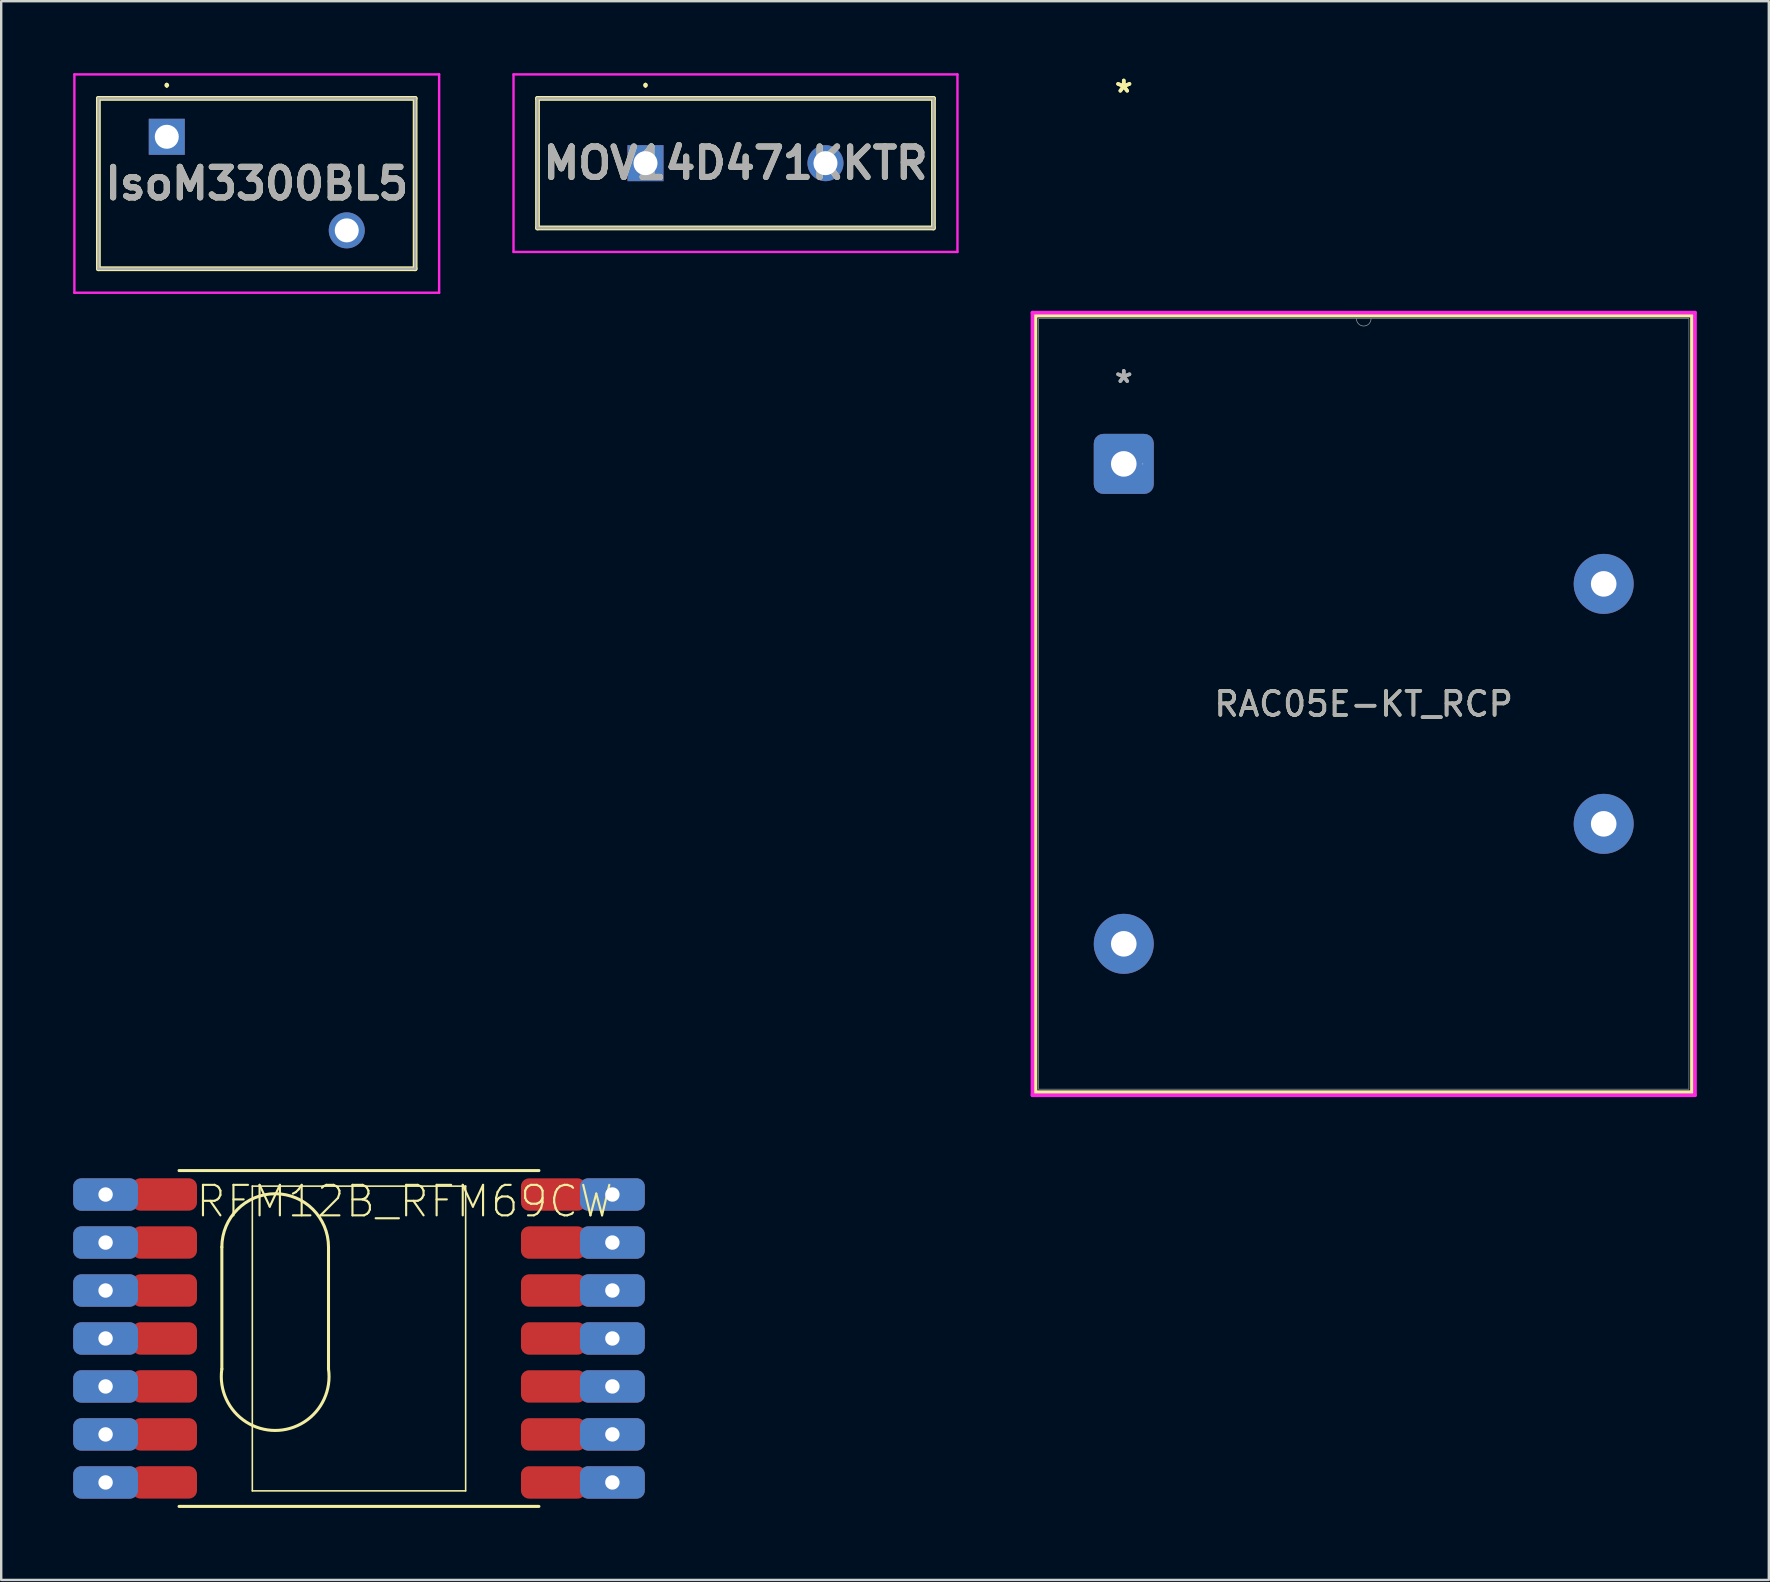
<source format=kicad_pcb>
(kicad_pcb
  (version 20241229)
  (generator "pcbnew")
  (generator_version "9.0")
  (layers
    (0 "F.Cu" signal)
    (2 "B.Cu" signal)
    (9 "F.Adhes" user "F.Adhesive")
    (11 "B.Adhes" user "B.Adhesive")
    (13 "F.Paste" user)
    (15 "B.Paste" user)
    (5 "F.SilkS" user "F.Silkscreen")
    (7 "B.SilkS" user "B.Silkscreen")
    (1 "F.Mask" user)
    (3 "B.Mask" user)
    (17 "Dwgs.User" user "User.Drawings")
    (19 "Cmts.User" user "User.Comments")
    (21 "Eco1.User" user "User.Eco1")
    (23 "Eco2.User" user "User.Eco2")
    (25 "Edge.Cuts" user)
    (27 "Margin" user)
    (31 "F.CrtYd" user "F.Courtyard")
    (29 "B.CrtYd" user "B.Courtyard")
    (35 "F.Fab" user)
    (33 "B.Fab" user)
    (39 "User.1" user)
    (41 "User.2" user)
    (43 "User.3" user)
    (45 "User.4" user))
  (footprint "RFM12B_RFM69CW"
    (layer "F.Cu")
    (at 11.91 52.729)
    (property "Reference" "RFM12B_RFM69CW" (at 1.905 -5.715 180) (layer "F.SilkS") (effects (font (size 1.27 1.27) (thickness 0.089))))
    (attr smd)
    (fp_line (start -7.498 6.998) (end 7.498 6.998) (stroke (width 0.127) (type solid)) (layer "F.SilkS"))
    (fp_line (start -5.715 -3.81) (end -5.715 1.27) (stroke (width 0.127) (type solid)) (layer "F.SilkS"))
    (fp_line (start -4.445 -6.35) (end 4.445 -6.35) (stroke (width 0.066) (type solid)) (layer "F.SilkS"))
    (fp_line (start -4.445 6.35) (end -4.445 -6.35) (stroke (width 0.066) (type solid)) (layer "F.SilkS"))
    (fp_line (start -4.445 6.35) (end 4.445 6.35) (stroke (width 0.066) (type solid)) (layer "F.SilkS"))
    (fp_line (start -1.27 -3.81) (end -1.27 1.27) (stroke (width 0.127) (type solid)) (layer "F.SilkS"))
    (fp_line (start 4.445 6.35) (end 4.445 -6.35) (stroke (width 0.066) (type solid)) (layer "F.SilkS"))
    (fp_line (start 7.498 -6.998) (end -7.498 -6.998) (stroke (width 0.127) (type solid)) (layer "F.SilkS"))
    (fp_arc (start -5.715 -3.81) (mid -3.4925 -6.0325) (end -1.27 -3.81) (stroke (width 0.127) (type solid)) (layer "F.SilkS"))
    (fp_arc (start -1.27 1.27) (mid -3.49132 3.832564) (end -5.715332 1.272336) (stroke (width 0.127) (type solid)) (layer "F.SilkS"))
    (pad "ANT" smd roundrect (at 8.1 5.999) (size 2.7 1.35) (layers "F.Cu" "F.Mask" "F.Paste") (roundrect_rratio 0.25))
    (pad "ANT" thru_hole roundrect (at 10.56 5.999) (size 2.7 1.35) (drill 0.6) (layers "*.Cu" "*.Mask") (roundrect_rratio 0.25))
    (pad "CLK" thru_hole roundrect (at -10.56 1.999) (size 2.7 1.35) (drill 0.6) (layers "*.Cu" "*.Mask") (roundrect_rratio 0.25))
    (pad "CLK" smd roundrect (at -8.1 1.997) (size 2.7 1.35) (layers "F.Cu" "F.Mask" "F.Paste") (roundrect_rratio 0.25))
    (pad "FFIT" thru_hole roundrect (at -10.56 0) (size 2.7 1.35) (drill 0.6) (layers "*.Cu" "*.Mask") (roundrect_rratio 0.25))
    (pad "FFIT" smd roundrect (at -8.1 -0.002) (size 2.7 1.35) (layers "F.Cu" "F.Mask" "F.Paste") (roundrect_rratio 0.25))
    (pad "FFS" thru_hole roundrect (at -10.56 -1.999) (size 2.7 1.35) (drill 0.6) (layers "*.Cu" "*.Mask") (roundrect_rratio 0.25))
    (pad "FFS" smd roundrect (at -8.1 -2.001) (size 2.7 1.35) (layers "F.Cu" "F.Mask" "F.Paste") (roundrect_rratio 0.25))
    (pad "GND" smd roundrect (at 8.1 1.998) (size 2.7 1.35) (layers "F.Cu" "F.Mask" "F.Paste") (roundrect_rratio 0.25))
    (pad "GND" thru_hole roundrect (at 10.56 1.998) (size 2.7 1.35) (drill 0.6) (layers "*.Cu" "*.Mask") (roundrect_rratio 0.25))
    (pad "GND1" thru_hole roundrect (at -10.56 5.999) (size 2.7 1.35) (drill 0.6) (layers "*.Cu" "*.Mask") (roundrect_rratio 0.25))
    (pad "GND1" smd roundrect (at -8.1 5.997) (size 2.7 1.35) (layers "F.Cu" "F.Mask" "F.Paste") (roundrect_rratio 0.25))
    (pad "IRQ" thru_hole roundrect (at -10.56 -3.998) (size 2.7 1.35) (drill 0.6) (layers "*.Cu" "*.Mask") (roundrect_rratio 0.25))
    (pad "IRQ" smd roundrect (at -8.1 -4) (size 2.7 1.35) (layers "F.Cu" "F.Mask" "F.Paste") (roundrect_rratio 0.25))
    (pad "NINT" smd roundrect (at 8.1 -0.001) (size 2.7 1.35) (layers "F.Cu" "F.Mask" "F.Paste") (roundrect_rratio 0.25))
    (pad "NINT" thru_hole roundrect (at 10.56 -0.001) (size 2.7 1.35) (drill 0.6) (layers "*.Cu" "*.Mask") (roundrect_rratio 0.25))
    (pad "RST" thru_hole roundrect (at -10.56 3.998) (size 2.7 1.35) (drill 0.6) (layers "*.Cu" "*.Mask") (roundrect_rratio 0.25))
    (pad "RST" smd roundrect (at -8.1 3.996) (size 2.7 1.35) (layers "F.Cu" "F.Mask" "F.Paste") (roundrect_rratio 0.25))
    (pad "SCK" smd roundrect (at 8.1 -3.998) (size 2.7 1.35) (layers "F.Cu" "F.Mask" "F.Paste") (roundrect_rratio 0.25))
    (pad "SCK" thru_hole roundrect (at 10.56 -3.998) (size 2.7 1.35) (drill 0.6) (layers "*.Cu" "*.Mask") (roundrect_rratio 0.25))
    (pad "SDI" smd roundrect (at 8.1 -2) (size 2.7 1.35) (layers "F.Cu" "F.Mask" "F.Paste") (roundrect_rratio 0.25))
    (pad "SDI" thru_hole roundrect (at 10.56 -2) (size 2.7 1.35) (drill 0.6) (layers "*.Cu" "*.Mask") (roundrect_rratio 0.25))
    (pad "SDO" thru_hole roundrect (at -10.56 -5.999) (size 2.7 1.35) (drill 0.6) (layers "*.Cu" "*.Mask") (roundrect_rratio 0.25))
    (pad "SDO" smd roundrect (at -8.1 -6.002) (size 2.7 1.35) (layers "F.Cu" "F.Mask" "F.Paste") (roundrect_rratio 0.25))
    (pad "SEL" smd roundrect (at 8.1 -6) (size 2.7 1.35) (layers "F.Cu" "F.Mask" "F.Paste") (roundrect_rratio 0.25))
    (pad "SEL" thru_hole roundrect (at 10.56 -6) (size 2.7 1.35) (drill 0.6) (layers "*.Cu" "*.Mask") (roundrect_rratio 0.25))
    (pad "VDD" smd roundrect (at 8.1 3.997) (size 2.7 1.35) (layers "F.Cu" "F.Mask" "F.Paste") (roundrect_rratio 0.25))
    (pad "VDD" thru_hole roundrect (at 10.56 3.997) (size 2.7 1.35) (drill 0.6) (layers "*.Cu" "*.Mask") (roundrect_rratio 0.25)))
  (footprint "MOV14D471KKTR"
    (layer "F.Cu")
    (at 23.85 3.75)
    (property "Reference" "MOV14D471KKTR" (at 3.75 0 0) (layer "F.SilkS") (effects (font (size 1.27 1.27) (thickness 0.254))))
    (attr through_hole)
    (fp_line (start -4.5 -2.7) (end 12 -2.7) (stroke (width 0.2) (type solid)) (layer "F.SilkS"))
    (fp_line (start -4.5 2.7) (end -4.5 -2.7) (stroke (width 0.2) (type solid)) (layer "F.SilkS"))
    (fp_line (start 0 -3.3) (end 0 -3.3) (stroke (width 0.1) (type solid)) (layer "F.SilkS"))
    (fp_line (start 0 -3.2) (end 0 -3.2) (stroke (width 0.1) (type solid)) (layer "F.SilkS"))
    (fp_line (start 12 -2.7) (end 12 2.7) (stroke (width 0.2) (type solid)) (layer "F.SilkS"))
    (fp_line (start 12 2.7) (end -4.5 2.7) (stroke (width 0.2) (type solid)) (layer "F.SilkS"))
    (fp_arc (start 0 -3.3) (mid 0.05 -3.25) (end 0 -3.2) (stroke (width 0.1) (type solid)) (layer "F.SilkS"))
    (fp_arc (start 0 -3.2) (mid -0.05 -3.25) (end 0 -3.3) (stroke (width 0.1) (type solid)) (layer "F.SilkS"))
    (fp_line (start -5.5 -3.7) (end 13 -3.7) (stroke (width 0.1) (type solid)) (layer "F.CrtYd"))
    (fp_line (start -5.5 3.7) (end -5.5 -3.7) (stroke (width 0.1) (type solid)) (layer "F.CrtYd"))
    (fp_line (start 13 -3.7) (end 13 3.7) (stroke (width 0.1) (type solid)) (layer "F.CrtYd"))
    (fp_line (start 13 3.7) (end -5.5 3.7) (stroke (width 0.1) (type solid)) (layer "F.CrtYd"))
    (fp_line (start -4.5 -2.7) (end -4.5 2.7) (stroke (width 0.1) (type solid)) (layer "F.Fab"))
    (fp_line (start -4.5 2.7) (end 12 2.7) (stroke (width 0.1) (type solid)) (layer "F.Fab"))
    (fp_line (start 12 -2.7) (end -4.5 -2.7) (stroke (width 0.1) (type solid)) (layer "F.Fab"))
    (fp_line (start 12 2.7) (end 12 -2.7) (stroke (width 0.1) (type solid)) (layer "F.Fab"))
    (fp_text user "${REFERENCE}" (at 3.75 0 0) (layer "F.Fab") (effects (font (size 1.27 1.27) (thickness 0.254))))
    (pad "1" thru_hole rect (at 0 0) (size 1.5 1.5) (drill 1) (layers "*.Cu" "*.Mask"))
    (pad "2" thru_hole circle (at 7.5 0) (size 1.5 1.5) (drill 1) (layers "*.Cu" "*.Mask")))
  (footprint "IsoM3300BL5"
    (layer "F.Cu")
    (at 3.9 2.65)
    (property "Reference" "IsoM3300BL5" (at 3.75 1.95 0) (layer "F.SilkS") (effects (font (size 1.27 1.27) (thickness 0.254))))
    (attr through_hole)
    (fp_line (start -2.85 -1.6) (end 10.35 -1.6) (stroke (width 0.2) (type solid)) (layer "F.SilkS"))
    (fp_line (start -2.85 5.5) (end -2.85 -1.6) (stroke (width 0.2) (type solid)) (layer "F.SilkS"))
    (fp_line (start 0 -2.2) (end 0 -2.2) (stroke (width 0.1) (type solid)) (layer "F.SilkS"))
    (fp_line (start 0 -2.1) (end 0 -2.1) (stroke (width 0.1) (type solid)) (layer "F.SilkS"))
    (fp_line (start 10.35 -1.6) (end 10.35 5.5) (stroke (width 0.2) (type solid)) (layer "F.SilkS"))
    (fp_line (start 10.35 5.5) (end -2.85 5.5) (stroke (width 0.2) (type solid)) (layer "F.SilkS"))
    (fp_arc (start 0 -2.2) (mid 0.05 -2.15) (end 0 -2.1) (stroke (width 0.1) (type solid)) (layer "F.SilkS"))
    (fp_arc (start 0 -2.1) (mid -0.05 -2.15) (end 0 -2.2) (stroke (width 0.1) (type solid)) (layer "F.SilkS"))
    (fp_line (start -3.85 -2.6) (end 11.35 -2.6) (stroke (width 0.1) (type solid)) (layer "F.CrtYd"))
    (fp_line (start -3.85 6.5) (end -3.85 -2.6) (stroke (width 0.1) (type solid)) (layer "F.CrtYd"))
    (fp_line (start 11.35 -2.6) (end 11.35 6.5) (stroke (width 0.1) (type solid)) (layer "F.CrtYd"))
    (fp_line (start 11.35 6.5) (end -3.85 6.5) (stroke (width 0.1) (type solid)) (layer "F.CrtYd"))
    (fp_line (start -2.85 -1.6) (end -2.85 5.5) (stroke (width 0.1) (type solid)) (layer "F.Fab"))
    (fp_line (start -2.85 5.5) (end 10.35 5.5) (stroke (width 0.1) (type solid)) (layer "F.Fab"))
    (fp_line (start 10.35 -1.6) (end -2.85 -1.6) (stroke (width 0.1) (type solid)) (layer "F.Fab"))
    (fp_line (start 10.35 5.5) (end 10.35 -1.6) (stroke (width 0.1) (type solid)) (layer "F.Fab"))
    (fp_text user "${REFERENCE}" (at 3.75 1.95 0) (layer "F.Fab") (effects (font (size 1.27 1.27) (thickness 0.254))))
    (pad "1" thru_hole rect (at 0 0) (size 1.5 1.5) (drill 1) (layers "*.Cu" "*.Mask"))
    (pad "2" thru_hole circle (at 7.5 3.9) (size 1.5 1.5) (drill 1) (layers "*.Cu" "*.Mask")))
  (footprint "RAC05E-KT_RCP"
    (layer "F.Cu")
    (at 43.781 16.282)
    (property "Reference" "RAC05E-KT_RCP" (at 10 10.003 0) (unlocked yes) (layer "F.SilkS") (effects (font (size 1 1) (thickness 0.15))))
    (attr through_hole)
    (fp_line (start -3.678 -6.177) (end -3.678 26.183) (stroke (width 0.152) (type solid)) (layer "F.SilkS"))
    (fp_line (start -3.678 26.183) (end 23.678 26.183) (stroke (width 0.152) (type solid)) (layer "F.SilkS"))
    (fp_line (start 23.678 -6.177) (end -3.678 -6.177) (stroke (width 0.152) (type solid)) (layer "F.SilkS"))
    (fp_line (start 23.678 26.183) (end 23.678 -6.177) (stroke (width 0.152) (type solid)) (layer "F.SilkS"))
    (fp_line (start -3.805 -6.304) (end 23.805 -6.304) (stroke (width 0.152) (type solid)) (layer "F.CrtYd"))
    (fp_line (start -3.805 26.31) (end -3.805 -6.304) (stroke (width 0.152) (type solid)) (layer "F.CrtYd"))
    (fp_line (start 23.805 -6.304) (end 23.805 26.31) (stroke (width 0.152) (type solid)) (layer "F.CrtYd"))
    (fp_line (start 23.805 26.31) (end -3.805 26.31) (stroke (width 0.152) (type solid)) (layer "F.CrtYd"))
    (fp_line (start -3.551 -6.05) (end -3.551 26.056) (stroke (width 0.025) (type solid)) (layer "F.Fab"))
    (fp_line (start -3.551 26.056) (end 23.551 26.056) (stroke (width 0.025) (type solid)) (layer "F.Fab"))
    (fp_line (start 23.551 -6.05) (end -3.551 -6.05) (stroke (width 0.025) (type solid)) (layer "F.Fab"))
    (fp_line (start 23.551 26.056) (end 23.551 -6.05) (stroke (width 0.025) (type solid)) (layer "F.Fab"))
    (fp_arc (start 10.3048 -6.05) (mid 10 -5.7452) (end 9.6952 -6.05) (stroke (width 0.0254) (type solid)) (layer "F.Fab"))
    (fp_circle (center 0.787 0) (end 0.787 0) (stroke (width 0.025) (type solid)) (fill no) (layer "F.Fab"))
    (fp_text user "*" (at 0 -15.433 0) (layer "F.SilkS") (effects (font (size 1 1) (thickness 0.15))))
    (fp_text user "*" (at 0 -15.433 0) (unlocked yes) (layer "F.SilkS") (effects (font (size 1 1) (thickness 0.15))))
    (fp_text user "*" (at 0 -3.333 0) (layer "F.Fab") (effects (font (size 1 1) (thickness 0.15))))
    (fp_text user "${REFERENCE}" (at 10 10.003 0) (unlocked yes) (layer "F.Fab") (effects (font (size 1 1) (thickness 0.15))))
    (fp_text user "*" (at 0 -3.333 0) (unlocked yes) (layer "F.Fab") (effects (font (size 1 1) (thickness 0.15))))
    (pad "1" thru_hole roundrect (at 0 0) (size 2.5 2.5) (drill 1.067) (layers "*.Cu" "*.Mask") (roundrect_rratio 0.159))
    (pad "5" thru_hole circle (at 0 20) (size 2.5 2.5) (drill 1.067) (layers "*.Cu" "*.Mask"))
    (pad "7" thru_hole circle (at 20 15) (size 2.5 2.5) (drill 1.067) (layers "*.Cu" "*.Mask"))
    (pad "9" thru_hole circle (at 20 5) (size 2.5 2.5) (drill 1.067) (layers "*.Cu" "*.Mask")))
  (gr_rect
    (start -3 -3)
    (end 70.662 62.79)
    (stroke (width 0.1) (type default))
    (fill no)
    (layer "Edge.Cuts")))
</source>
